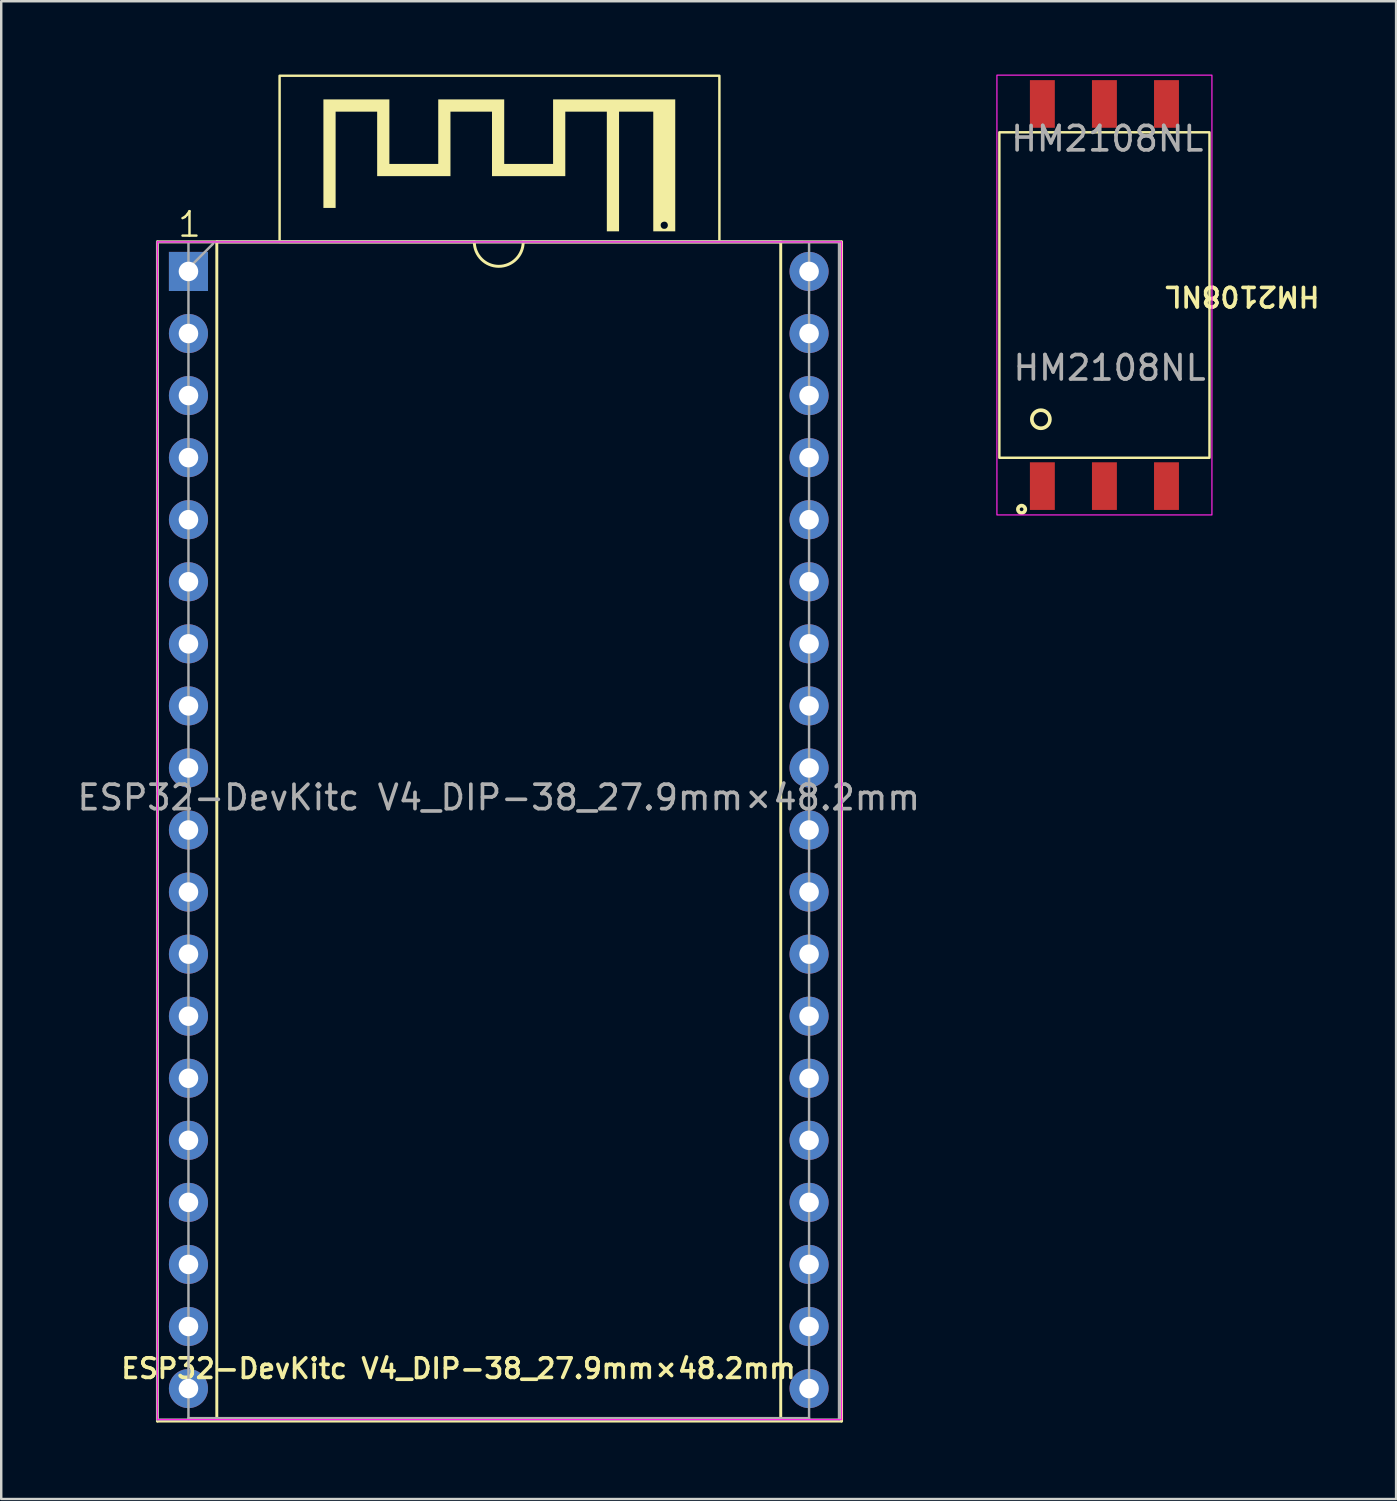
<source format=kicad_pcb>
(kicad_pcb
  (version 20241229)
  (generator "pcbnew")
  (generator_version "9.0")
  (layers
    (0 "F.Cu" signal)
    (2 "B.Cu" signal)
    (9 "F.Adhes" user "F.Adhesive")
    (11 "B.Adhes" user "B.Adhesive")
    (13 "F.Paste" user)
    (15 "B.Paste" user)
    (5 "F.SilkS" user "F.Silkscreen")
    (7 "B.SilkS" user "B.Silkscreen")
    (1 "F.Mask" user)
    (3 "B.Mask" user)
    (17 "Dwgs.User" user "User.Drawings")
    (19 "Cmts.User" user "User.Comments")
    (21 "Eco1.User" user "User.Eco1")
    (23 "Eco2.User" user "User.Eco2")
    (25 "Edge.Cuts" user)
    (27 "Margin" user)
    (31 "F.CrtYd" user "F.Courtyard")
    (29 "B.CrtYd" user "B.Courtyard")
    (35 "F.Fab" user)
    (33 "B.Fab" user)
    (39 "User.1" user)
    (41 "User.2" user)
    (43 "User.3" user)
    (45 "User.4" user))
  (footprint "ESP32-DevKitc V4_DIP-38_27.9mm×48.2mm"
    (layer "F.Cu")
    (at 3.393 55.05)
    (property "Reference" "ESP32-DevKitc V4_DIP-38_27.9mm×48.2mm" (at 12.32 -2.09 0) (layer "F.SilkS") (effects (font (size 0.8 0.8) (thickness 0.15))))
    (attr through_hole)
    (fp_line (start 0 -48.2) (end 0 0.06) (stroke (width 0.12) (type solid)) (layer "F.SilkS"))
    (fp_line (start 0 0.06) (end 28 0.06) (stroke (width 0.12) (type solid)) (layer "F.SilkS"))
    (fp_line (start 2.43 -48.2) (end 2.43 0) (stroke (width 0.12) (type solid)) (layer "F.SilkS"))
    (fp_line (start 2.43 0) (end 25.51 0) (stroke (width 0.12) (type solid)) (layer "F.SilkS"))
    (fp_line (start 12.97 -48.2) (end 2.43 -48.2) (stroke (width 0.12) (type solid)) (layer "F.SilkS"))
    (fp_line (start 25.51 -48.2) (end 14.97 -48.2) (stroke (width 0.12) (type solid)) (layer "F.SilkS"))
    (fp_line (start 25.51 0) (end 25.51 -48.2) (stroke (width 0.12) (type solid)) (layer "F.SilkS"))
    (fp_line (start 28 -48.2) (end 0 -48.2) (stroke (width 0.12) (type solid)) (layer "F.SilkS"))
    (fp_line (start 28 0.06) (end 28 -48.2) (stroke (width 0.12) (type solid)) (layer "F.SilkS"))
    (fp_rect (start 5 -55) (end 23 -48.2) (stroke (width 0.1) (type default)) (fill no) (layer "F.SilkS"))
    (fp_arc (start 14.97 -48.2) (mid 13.97 -47.2) (end 12.97 -48.2) (stroke (width 0.12) (type solid)) (layer "F.SilkS"))
    (fp_poly (pts (xy 16.193 -51.391) (xy 14.193 -51.391) (xy 14.193 -54.031) (xy 11.493 -54.031) (xy 11.493 -51.391) (xy 9.493 -51.391) (xy 9.493 -54.031) (xy 6.793 -54.031) (xy 6.793 -49.591) (xy 7.293 -49.591) (xy 7.293 -53.531) (xy 8.993 -53.531) (xy 8.993 -50.891) (xy 11.993 -50.891) (xy 11.993 -53.531) (xy 13.693 -53.531) (xy 13.693 -50.891) (xy 16.693 -50.891) (xy 16.693 -53.531) (xy 18.393 -53.531) (xy 18.393 -48.631) (xy 18.893 -48.631) (xy 18.893 -53.531) (xy 20.293 -53.531) (xy 20.293 -48.631) (xy 21.193 -48.631) (xy 21.193 -48.874) (xy 20.891 -48.874) (xy 20.881 -48.826) (xy 20.857 -48.784) (xy 20.819 -48.751) (xy 20.811 -48.747) (xy 20.768 -48.735) (xy 20.72 -48.735) (xy 20.674 -48.748) (xy 20.656 -48.759) (xy 20.622 -48.794) (xy 20.602 -48.839) (xy 20.595 -48.889) (xy 20.604 -48.937) (xy 20.62 -48.969) (xy 20.656 -49.002) (xy 20.701 -49.022) (xy 20.751 -49.029) (xy 20.799 -49.021) (xy 20.832 -49.004) (xy 20.867 -48.967) (xy 20.886 -48.922) (xy 20.891 -48.874) (xy 21.193 -48.874) (xy 21.193 -54.031) (xy 16.193 -54.031) (xy 16.193 -51.391)) (stroke (width 0) (type solid)) (fill yes) (layer "F.SilkS"))
    (fp_line (start 0 -48.2) (end 0 0) (stroke (width 0.05) (type solid)) (layer "F.CrtYd"))
    (fp_line (start 0 0) (end 28 0) (stroke (width 0.05) (type solid)) (layer "F.CrtYd"))
    (fp_line (start 28 -48.2) (end 0 -48.2) (stroke (width 0.05) (type solid)) (layer "F.CrtYd"))
    (fp_line (start 28 0) (end 28 -48.2) (stroke (width 0.05) (type solid)) (layer "F.CrtYd"))
    (fp_line (start 0 -48.2) (end 0 0) (stroke (width 0.1) (type solid)) (layer "F.Fab"))
    (fp_line (start 0 0) (end 27.9 0) (stroke (width 0.1) (type solid)) (layer "F.Fab"))
    (fp_line (start 1.27 0) (end 1.27 -48.2) (stroke (width 0.1) (type solid)) (layer "F.Fab"))
    (fp_line (start 1.278 -47.125) (end 2.278 -48.125) (stroke (width 0.1) (type solid)) (layer "F.Fab"))
    (fp_line (start 2.525 -48.2) (end 26.415 -48.2) (stroke (width 0.1) (type solid)) (layer "F.Fab"))
    (fp_line (start 26.67 -0.06) (end 1.27 -0.06) (stroke (width 0.1) (type solid)) (layer "F.Fab"))
    (fp_line (start 26.67 -0.06) (end 26.67 -48.133) (stroke (width 0.1) (type default)) (layer "F.Fab"))
    (fp_line (start 27.9 -48.2) (end 0 -48.2) (stroke (width 0.1) (type solid)) (layer "F.Fab"))
    (fp_line (start 27.9 -48.2) (end 27.9 0) (stroke (width 0.1) (type solid)) (layer "F.Fab"))
    (fp_line (start 27.9 0) (end 27.9 -48.2) (stroke (width 0.1) (type solid)) (layer "F.Fab"))
    (fp_text user "1" (at 0.77 -48.33 0) (unlocked yes) (layer "F.SilkS") (effects (font (size 1 1) (thickness 0.1)) (justify left bottom)))
    (fp_text user "${REFERENCE}" (at 13.97 -25.46 0) (layer "F.Fab") (effects (font (size 1 1) (thickness 0.15))))
    (pad "1" thru_hole rect (at 1.27 -46.99) (size 1.6 1.6) (drill 0.8) (layers "*.Cu" "*.Mask"))
    (pad "2" thru_hole oval (at 1.27 -44.45) (size 1.6 1.6) (drill 0.8) (layers "*.Cu" "*.Mask"))
    (pad "3" thru_hole oval (at 1.27 -41.91) (size 1.6 1.6) (drill 0.8) (layers "*.Cu" "*.Mask"))
    (pad "4" thru_hole oval (at 1.27 -39.37) (size 1.6 1.6) (drill 0.8) (layers "*.Cu" "*.Mask"))
    (pad "5" thru_hole oval (at 1.27 -36.83) (size 1.6 1.6) (drill 0.8) (layers "*.Cu" "*.Mask"))
    (pad "6" thru_hole oval (at 1.27 -34.29) (size 1.6 1.6) (drill 0.8) (layers "*.Cu" "*.Mask"))
    (pad "7" thru_hole oval (at 1.27 -31.75) (size 1.6 1.6) (drill 0.8) (layers "*.Cu" "*.Mask"))
    (pad "8" thru_hole oval (at 1.27 -29.21) (size 1.6 1.6) (drill 0.8) (layers "*.Cu" "*.Mask"))
    (pad "9" thru_hole oval (at 1.27 -26.67) (size 1.6 1.6) (drill 0.8) (layers "*.Cu" "*.Mask"))
    (pad "10" thru_hole oval (at 1.27 -24.13) (size 1.6 1.6) (drill 0.8) (layers "*.Cu" "*.Mask"))
    (pad "11" thru_hole oval (at 1.27 -21.59) (size 1.6 1.6) (drill 0.8) (layers "*.Cu" "*.Mask"))
    (pad "12" thru_hole oval (at 1.27 -19.05) (size 1.6 1.6) (drill 0.8) (layers "*.Cu" "*.Mask"))
    (pad "13" thru_hole oval (at 1.27 -16.51) (size 1.6 1.6) (drill 0.8) (layers "*.Cu" "*.Mask"))
    (pad "14" thru_hole oval (at 1.27 -13.97) (size 1.6 1.6) (drill 0.8) (layers "*.Cu" "*.Mask"))
    (pad "15" thru_hole oval (at 1.27 -11.43) (size 1.6 1.6) (drill 0.8) (layers "*.Cu" "*.Mask"))
    (pad "16" thru_hole oval (at 1.27 -8.89) (size 1.6 1.6) (drill 0.8) (layers "*.Cu" "*.Mask"))
    (pad "17" thru_hole oval (at 1.27 -6.35) (size 1.6 1.6) (drill 0.8) (layers "*.Cu" "*.Mask"))
    (pad "18" thru_hole oval (at 1.27 -3.81) (size 1.6 1.6) (drill 0.8) (layers "*.Cu" "*.Mask"))
    (pad "19" thru_hole oval (at 1.27 -1.27) (size 1.6 1.6) (drill 0.8) (layers "*.Cu" "*.Mask"))
    (pad "20" thru_hole oval (at 26.67 -1.27) (size 1.6 1.6) (drill 0.8) (layers "*.Cu" "*.Mask"))
    (pad "21" thru_hole oval (at 26.67 -3.81) (size 1.6 1.6) (drill 0.8) (layers "*.Cu" "*.Mask"))
    (pad "22" thru_hole oval (at 26.67 -6.35) (size 1.6 1.6) (drill 0.8) (layers "*.Cu" "*.Mask"))
    (pad "23" thru_hole oval (at 26.67 -8.89) (size 1.6 1.6) (drill 0.8) (layers "*.Cu" "*.Mask"))
    (pad "24" thru_hole oval (at 26.67 -11.43) (size 1.6 1.6) (drill 0.8) (layers "*.Cu" "*.Mask"))
    (pad "25" thru_hole oval (at 26.67 -13.97) (size 1.6 1.6) (drill 0.8) (layers "*.Cu" "*.Mask"))
    (pad "26" thru_hole oval (at 26.67 -16.51) (size 1.6 1.6) (drill 0.8) (layers "*.Cu" "*.Mask"))
    (pad "27" thru_hole oval (at 26.67 -19.05) (size 1.6 1.6) (drill 0.8) (layers "*.Cu" "*.Mask"))
    (pad "28" thru_hole oval (at 26.67 -21.59) (size 1.6 1.6) (drill 0.8) (layers "*.Cu" "*.Mask"))
    (pad "29" thru_hole oval (at 26.67 -24.13) (size 1.6 1.6) (drill 0.8) (layers "*.Cu" "*.Mask"))
    (pad "30" thru_hole oval (at 26.67 -26.67) (size 1.6 1.6) (drill 0.8) (layers "*.Cu" "*.Mask"))
    (pad "31" thru_hole oval (at 26.67 -29.21) (size 1.6 1.6) (drill 0.8) (layers "*.Cu" "*.Mask"))
    (pad "32" thru_hole oval (at 26.67 -31.75) (size 1.6 1.6) (drill 0.8) (layers "*.Cu" "*.Mask"))
    (pad "33" thru_hole oval (at 26.67 -34.29) (size 1.6 1.6) (drill 0.8) (layers "*.Cu" "*.Mask"))
    (pad "34" thru_hole oval (at 26.67 -36.83) (size 1.6 1.6) (drill 0.8) (layers "*.Cu" "*.Mask"))
    (pad "35" thru_hole oval (at 26.67 -39.37) (size 1.6 1.6) (drill 0.8) (layers "*.Cu" "*.Mask"))
    (pad "36" thru_hole oval (at 26.67 -41.91) (size 1.6 1.6) (drill 0.8) (layers "*.Cu" "*.Mask"))
    (pad "37" thru_hole oval (at 26.67 -44.45) (size 1.6 1.6) (drill 0.8) (layers "*.Cu" "*.Mask"))
    (pad "38" thru_hole oval (at 26.67 -46.99) (size 1.6 1.6) (drill 0.8) (layers "*.Cu" "*.Mask")))
  (footprint "HM2108NL"
    (layer "F.Cu")
    (at 42.151 9.025)
    (property "Reference" "HM2108NL" (at 5.65 0.05 180) (unlocked yes) (layer "F.SilkS") (effects (font (size 0.8 0.8) (thickness 0.15))))
    (attr smd)
    (fp_rect (start -4.3 -6.66) (end 4.3 6.66) (stroke (width 0.1) (type default)) (fill no) (layer "F.SilkS"))
    (fp_circle (center -3.39 8.77) (end -3.24 8.75) (stroke (width 0.15) (type solid)) (fill no) (layer "F.SilkS"))
    (fp_circle (center -2.601 5.083) (end -2.245 4.982) (stroke (width 0.15) (type solid)) (fill no) (layer "F.SilkS"))
    (fp_rect (start -4.4 -9) (end 4.4 9) (stroke (width 0.05) (type default)) (fill no) (layer "F.CrtYd"))
    (fp_text user "${REFERENCE}" (at 0.117 -6.397 180) (layer "F.Fab") (effects (font (size 1 1) (thickness 0.15))))
    (fp_text user "${REFERENCE}" (at 0.21 2.98 0) (unlocked yes) (layer "F.Fab") (effects (font (size 1 1) (thickness 0.15))))
    (pad "1" smd rect (at -2.54 7.82) (size 1.02 1.95) (layers "F.Cu" "F.Mask" "F.Paste"))
    (pad "2" smd rect (at 0 7.82) (size 1.02 1.95) (layers "F.Cu" "F.Mask" "F.Paste"))
    (pad "3" smd rect (at 2.54 7.82) (size 1.02 1.95) (layers "F.Cu" "F.Mask" "F.Paste"))
    (pad "4" smd rect (at -2.54 -7.82) (size 1.02 1.95) (layers "F.Cu" "F.Mask" "F.Paste"))
    (pad "5" smd rect (at 0 -7.82) (size 1.02 1.95) (layers "F.Cu" "F.Mask" "F.Paste"))
    (pad "6" smd rect (at 2.54 -7.82) (size 1.02 1.95) (layers "F.Cu" "F.Mask" "F.Paste")))
  (gr_rect
    (start -3 -3)
    (end 54.089 58.3)
    (stroke (width 0.1) (type default))
    (fill no)
    (layer "Edge.Cuts")))
</source>
